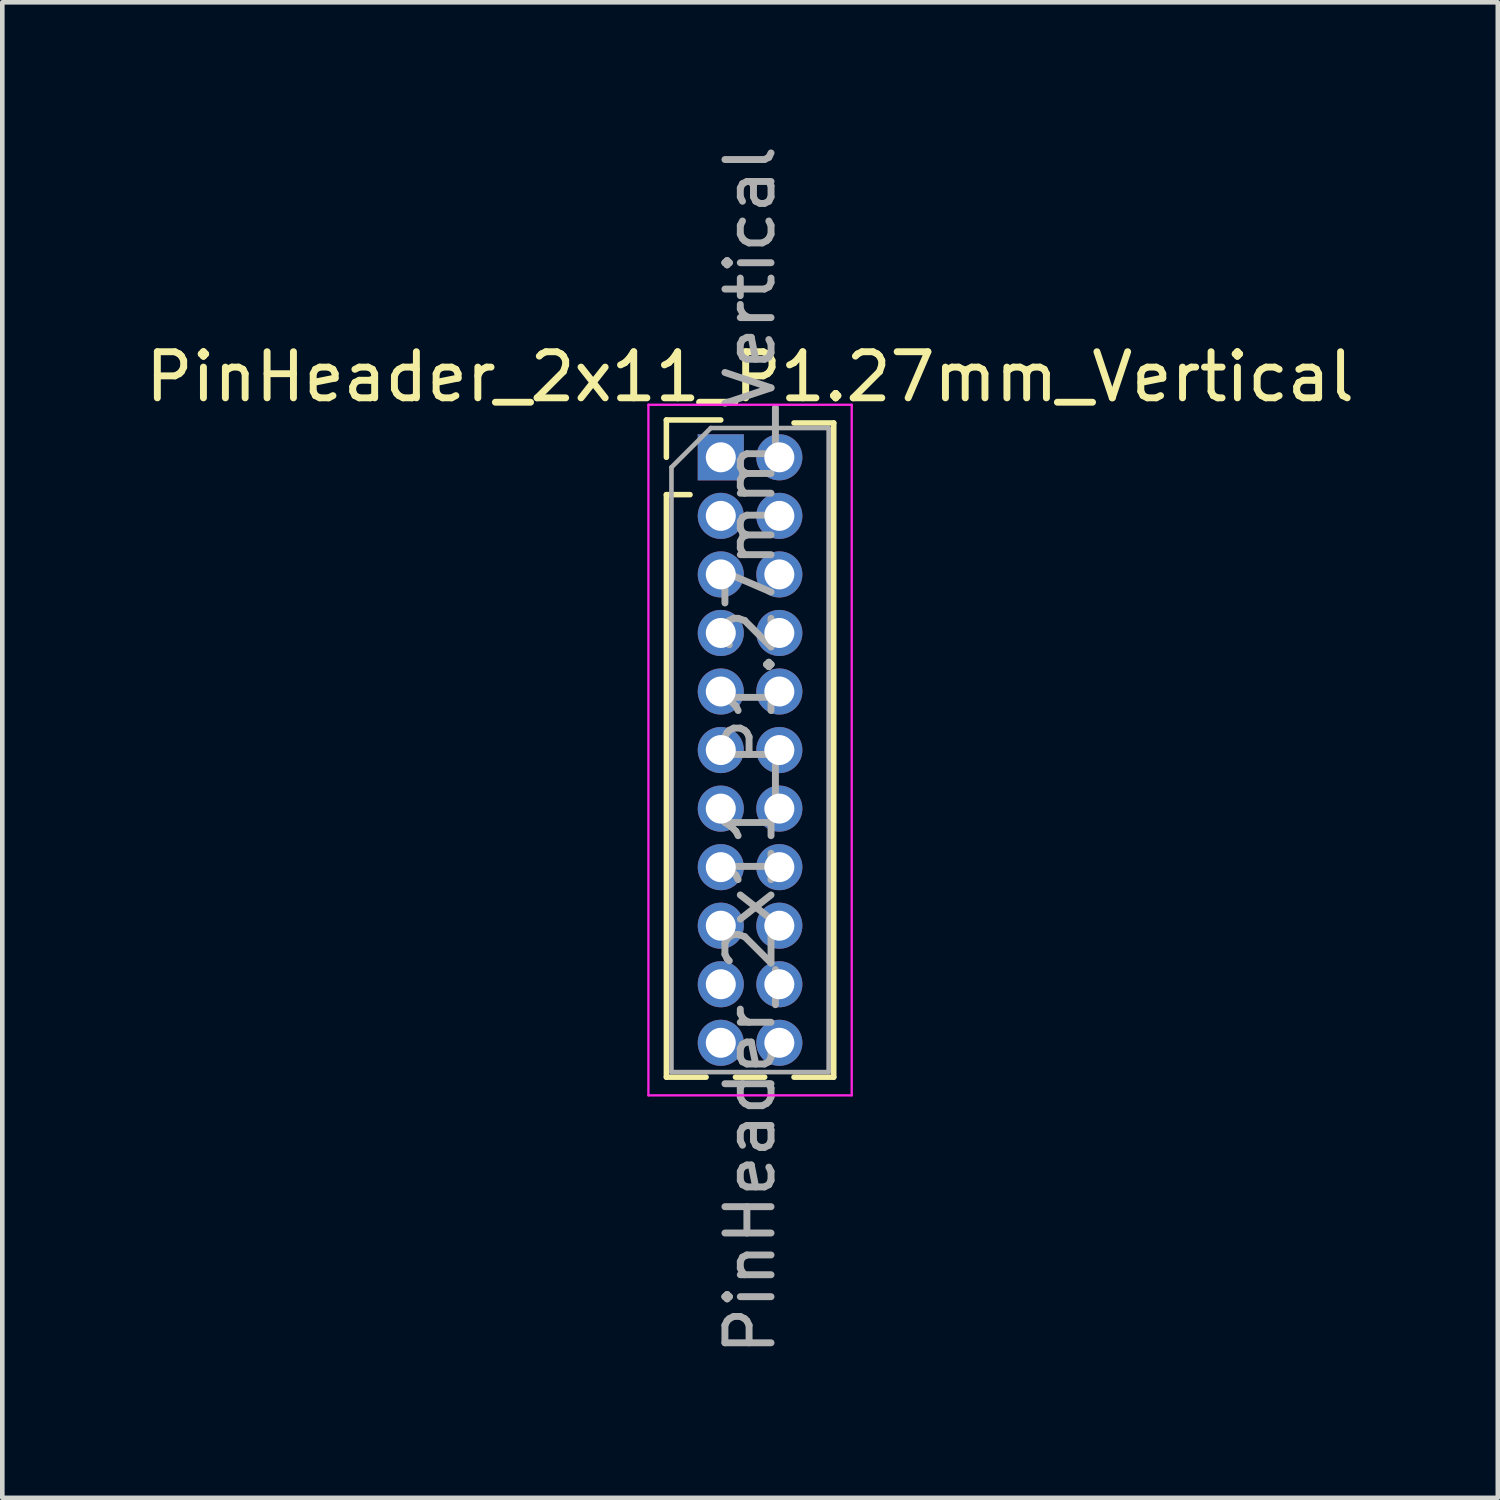
<source format=kicad_pcb>
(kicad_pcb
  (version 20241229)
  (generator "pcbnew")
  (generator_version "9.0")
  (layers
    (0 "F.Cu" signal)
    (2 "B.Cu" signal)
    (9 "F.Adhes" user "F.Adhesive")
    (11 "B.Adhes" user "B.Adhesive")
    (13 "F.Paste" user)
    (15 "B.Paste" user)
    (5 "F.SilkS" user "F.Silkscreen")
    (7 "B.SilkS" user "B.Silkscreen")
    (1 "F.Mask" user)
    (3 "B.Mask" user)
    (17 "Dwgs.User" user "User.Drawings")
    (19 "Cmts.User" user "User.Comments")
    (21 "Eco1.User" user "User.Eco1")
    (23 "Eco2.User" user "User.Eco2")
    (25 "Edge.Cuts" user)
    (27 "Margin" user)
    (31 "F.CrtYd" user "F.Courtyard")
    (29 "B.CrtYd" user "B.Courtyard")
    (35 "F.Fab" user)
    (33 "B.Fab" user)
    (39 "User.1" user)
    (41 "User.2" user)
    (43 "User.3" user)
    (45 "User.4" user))
  (footprint "PinHeader_2x11_P1.27mm_Vertical"
    (layer "F.Cu")
    (at 12.585 6.87)
    (property "Reference" "PinHeader_2x11_P1.27mm_Vertical" (at 0.635 -1.745 0) (layer "F.SilkS") (effects (font (size 1 1) (thickness 0.15))))
    (attr through_hole)
    (fp_line (start -1.18 -0.81) (end 0 -0.81) (stroke (width 0.12) (type solid)) (layer "F.SilkS"))
    (fp_line (start -1.18 0) (end -1.18 -0.81) (stroke (width 0.12) (type solid)) (layer "F.SilkS"))
    (fp_line (start -1.18 0.81) (end -1.18 13.445) (stroke (width 0.12) (type solid)) (layer "F.SilkS"))
    (fp_line (start -1.18 0.81) (end -0.667 0.81) (stroke (width 0.12) (type solid)) (layer "F.SilkS"))
    (fp_line (start -1.18 13.445) (end -0.318 13.445) (stroke (width 0.12) (type solid)) (layer "F.SilkS"))
    (fp_line (start 0.318 13.445) (end 0.952 13.445) (stroke (width 0.12) (type solid)) (layer "F.SilkS"))
    (fp_line (start 1.588 -0.745) (end 2.45 -0.745) (stroke (width 0.12) (type solid)) (layer "F.SilkS"))
    (fp_line (start 1.588 13.445) (end 2.45 13.445) (stroke (width 0.12) (type solid)) (layer "F.SilkS"))
    (fp_line (start 2.45 -0.745) (end 2.45 13.445) (stroke (width 0.12) (type solid)) (layer "F.SilkS"))
    (fp_line (start -1.57 -1.14) (end -1.57 13.84) (stroke (width 0.05) (type solid)) (layer "F.CrtYd"))
    (fp_line (start -1.57 13.84) (end 2.84 13.84) (stroke (width 0.05) (type solid)) (layer "F.CrtYd"))
    (fp_line (start 2.84 -1.14) (end -1.57 -1.14) (stroke (width 0.05) (type solid)) (layer "F.CrtYd"))
    (fp_line (start 2.84 13.84) (end 2.84 -1.14) (stroke (width 0.05) (type solid)) (layer "F.CrtYd"))
    (fp_line (start -1.07 0.217) (end -0.217 -0.635) (stroke (width 0.1) (type solid)) (layer "F.Fab"))
    (fp_line (start -1.07 13.335) (end -1.07 0.217) (stroke (width 0.1) (type solid)) (layer "F.Fab"))
    (fp_line (start -0.217 -0.635) (end 2.34 -0.635) (stroke (width 0.1) (type solid)) (layer "F.Fab"))
    (fp_line (start 2.34 -0.635) (end 2.34 13.335) (stroke (width 0.1) (type solid)) (layer "F.Fab"))
    (fp_line (start 2.34 13.335) (end -1.07 13.335) (stroke (width 0.1) (type solid)) (layer "F.Fab"))
    (fp_text user "${REFERENCE}" (at 0.635 6.35 90) (layer "F.Fab") (effects (font (size 1 1) (thickness 0.15))))
    (pad "1" thru_hole rect (at 0 0) (size 1 1) (drill 0.65) (layers "*.Cu" "*.Mask"))
    (pad "2" thru_hole circle (at 1.27 0) (size 1 1) (drill 0.65) (layers "*.Cu" "*.Mask"))
    (pad "3" thru_hole circle (at 0 1.27) (size 1 1) (drill 0.65) (layers "*.Cu" "*.Mask"))
    (pad "4" thru_hole circle (at 1.27 1.27) (size 1 1) (drill 0.65) (layers "*.Cu" "*.Mask"))
    (pad "5" thru_hole circle (at 0 2.54) (size 1 1) (drill 0.65) (layers "*.Cu" "*.Mask"))
    (pad "6" thru_hole circle (at 1.27 2.54) (size 1 1) (drill 0.65) (layers "*.Cu" "*.Mask"))
    (pad "7" thru_hole circle (at 0 3.81) (size 1 1) (drill 0.65) (layers "*.Cu" "*.Mask"))
    (pad "8" thru_hole circle (at 1.27 3.81) (size 1 1) (drill 0.65) (layers "*.Cu" "*.Mask"))
    (pad "9" thru_hole circle (at 0 5.08) (size 1 1) (drill 0.65) (layers "*.Cu" "*.Mask"))
    (pad "10" thru_hole circle (at 1.27 5.08) (size 1 1) (drill 0.65) (layers "*.Cu" "*.Mask"))
    (pad "11" thru_hole circle (at 0 6.35) (size 1 1) (drill 0.65) (layers "*.Cu" "*.Mask"))
    (pad "12" thru_hole circle (at 1.27 6.35) (size 1 1) (drill 0.65) (layers "*.Cu" "*.Mask"))
    (pad "13" thru_hole circle (at 0 7.62) (size 1 1) (drill 0.65) (layers "*.Cu" "*.Mask"))
    (pad "14" thru_hole circle (at 1.27 7.62) (size 1 1) (drill 0.65) (layers "*.Cu" "*.Mask"))
    (pad "15" thru_hole circle (at 0 8.89) (size 1 1) (drill 0.65) (layers "*.Cu" "*.Mask"))
    (pad "16" thru_hole circle (at 1.27 8.89) (size 1 1) (drill 0.65) (layers "*.Cu" "*.Mask"))
    (pad "17" thru_hole circle (at 0 10.16) (size 1 1) (drill 0.65) (layers "*.Cu" "*.Mask"))
    (pad "18" thru_hole circle (at 1.27 10.16) (size 1 1) (drill 0.65) (layers "*.Cu" "*.Mask"))
    (pad "19" thru_hole circle (at 0 11.43) (size 1 1) (drill 0.65) (layers "*.Cu" "*.Mask"))
    (pad "20" thru_hole circle (at 1.27 11.43) (size 1 1) (drill 0.65) (layers "*.Cu" "*.Mask"))
    (pad "21" thru_hole circle (at 0 12.7) (size 1 1) (drill 0.65) (layers "*.Cu" "*.Mask"))
    (pad "22" thru_hole circle (at 1.27 12.7) (size 1 1) (drill 0.65) (layers "*.Cu" "*.Mask")))
  (gr_rect
    (start -3 -3)
    (end 29.44 29.44)
    (stroke (width 0.1) (type default))
    (fill no)
    (layer "Edge.Cuts")))
</source>
